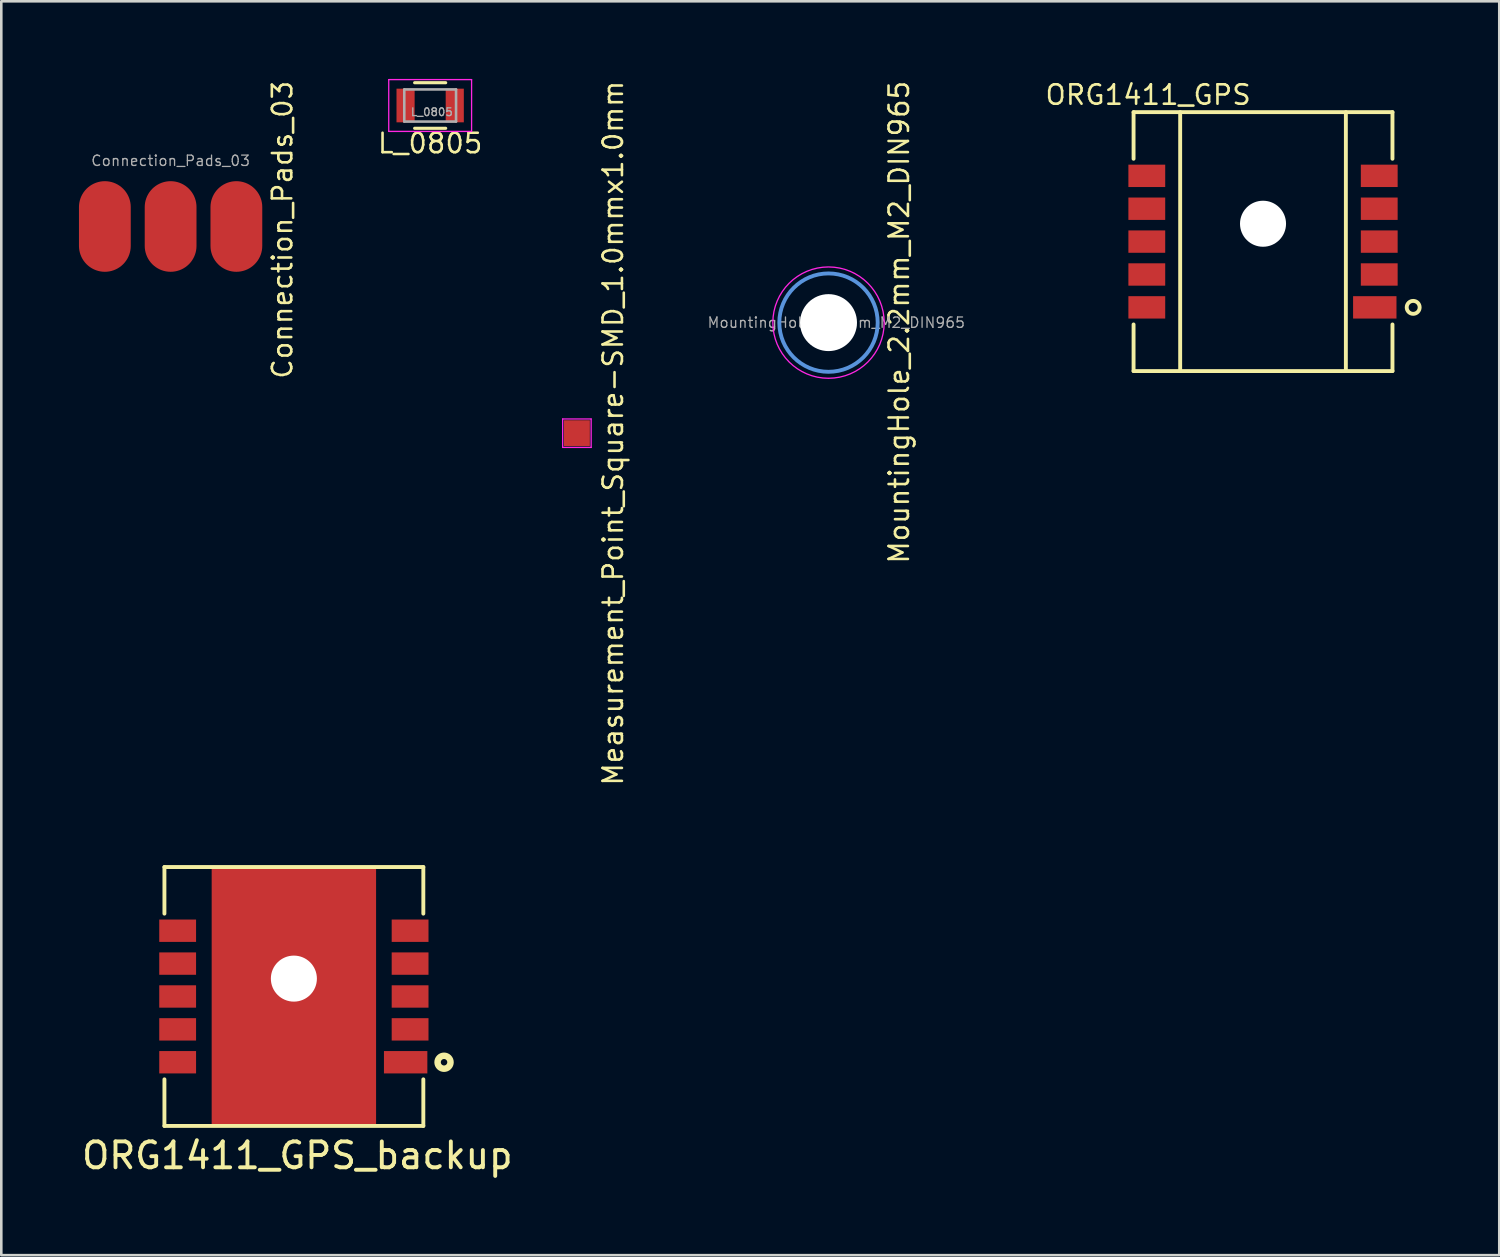
<source format=kicad_pcb>
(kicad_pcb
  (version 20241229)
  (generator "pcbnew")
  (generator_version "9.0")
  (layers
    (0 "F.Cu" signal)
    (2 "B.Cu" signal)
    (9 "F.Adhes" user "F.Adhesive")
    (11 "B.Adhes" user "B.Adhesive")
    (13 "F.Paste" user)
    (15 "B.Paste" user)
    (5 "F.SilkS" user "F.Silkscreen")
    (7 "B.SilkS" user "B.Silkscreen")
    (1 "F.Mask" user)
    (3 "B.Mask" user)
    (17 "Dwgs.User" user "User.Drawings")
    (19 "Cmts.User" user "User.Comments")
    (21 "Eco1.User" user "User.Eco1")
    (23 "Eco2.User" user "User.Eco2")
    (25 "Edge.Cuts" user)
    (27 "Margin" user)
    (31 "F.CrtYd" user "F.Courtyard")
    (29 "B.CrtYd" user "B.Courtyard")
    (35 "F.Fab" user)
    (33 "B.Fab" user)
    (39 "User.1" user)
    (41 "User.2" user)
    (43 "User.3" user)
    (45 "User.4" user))
  (footprint "L_0805"
    (layer "F.Cu")
    (at 13.565 1.025)
    (property "Reference" "L_0805" (at 0 1.46 0) (layer "F.SilkS") (effects (font (size 0.75 0.75) (thickness 0.1))))
    (attr smd)
    (fp_line (start -0.6 -0.88) (end 0.6 -0.88) (stroke (width 0.12) (type solid)) (layer "F.SilkS"))
    (fp_line (start 0.6 0.88) (end -0.6 0.88) (stroke (width 0.12) (type solid)) (layer "F.SilkS"))
    (fp_line (start -1.6 -1) (end -1.6 1) (stroke (width 0.05) (type solid)) (layer "F.CrtYd"))
    (fp_line (start -1.6 -1) (end 1.6 -1) (stroke (width 0.05) (type solid)) (layer "F.CrtYd"))
    (fp_line (start -1.6 1) (end 1.6 1) (stroke (width 0.05) (type solid)) (layer "F.CrtYd"))
    (fp_line (start 1.6 -1) (end 1.6 1) (stroke (width 0.05) (type solid)) (layer "F.CrtYd"))
    (fp_line (start -1 -0.62) (end 1 -0.62) (stroke (width 0.1) (type solid)) (layer "F.Fab"))
    (fp_line (start -1 0.62) (end -1 -0.62) (stroke (width 0.1) (type solid)) (layer "F.Fab"))
    (fp_line (start 1 -0.62) (end 1 0.62) (stroke (width 0.1) (type solid)) (layer "F.Fab"))
    (fp_line (start 1 0.62) (end -1 0.62) (stroke (width 0.1) (type solid)) (layer "F.Fab"))
    (fp_text user "${REFERENCE}" (at 0.064 0.254 0) (layer "F.Fab") (effects (font (size 0.3 0.3) (thickness 0.05))))
    (pad "1" smd rect (at -0.95 0) (size 0.7 1.3) (layers "F.Cu" "F.Mask" "F.Paste"))
    (pad "2" smd rect (at 0.95 0) (size 0.7 1.3) (layers "F.Cu" "F.Mask" "F.Paste")))
  (footprint "MountingHole_2.2mm_M2_DIN965"
    (layer "F.Cu")
    (at 28.951 9.411)
    (property "Reference" "MountingHole_2.2mm_M2_DIN965" (at 2.726 -0.015 90) (layer "F.SilkS") (effects (font (size 0.75 0.75) (thickness 0.1))))
    (attr exclude_from_pos_files exclude_from_bom)
    (fp_circle (center 0 0) (end 1.9 0) (stroke (width 0.15) (type solid)) (fill no) (layer "Cmts.User"))
    (fp_circle (center 0 0) (end 2.15 0) (stroke (width 0.05) (type solid)) (fill no) (layer "F.CrtYd"))
    (fp_text user "${REFERENCE}" (at 0.3 0 0) (layer "F.Fab") (effects (font (size 0.4 0.4) (thickness 0.05))))
    (pad "" np_thru_hole circle (at 0 0) (size 2.2 2.2) (drill 2.2) (layers "*.Cu" "*.Mask")))
  (footprint "ORG1411_GPS_backup"
    (layer "F.Cu")
    (at 3.101 40.439)
    (property "Reference" "ORG1411_GPS_backup" (at 5.334 1.143 0) (layer "F.SilkS") (effects (font (size 1 1) (thickness 0.15))))
    (attr through_hole)
    (fp_line (start 0.2 -10) (end 0.2 -8.2) (stroke (width 0.15) (type solid)) (layer "F.SilkS"))
    (fp_line (start 0.2 -10) (end 10.2 -10) (stroke (width 0.15) (type solid)) (layer "F.SilkS"))
    (fp_line (start 0.2 -1.8) (end 0.2 0) (stroke (width 0.15) (type solid)) (layer "F.SilkS"))
    (fp_line (start 0.2 0) (end 10.2 0) (stroke (width 0.15) (type solid)) (layer "F.SilkS"))
    (fp_line (start 10.2 -10) (end 10.2 -8.2) (stroke (width 0.15) (type solid)) (layer "F.SilkS"))
    (fp_line (start 10.2 -1.8) (end 10.2 0) (stroke (width 0.15) (type solid)) (layer "F.SilkS"))
    (fp_circle (center 11 -2.46) (end 11.25 -2.46) (stroke (width 0.25) (type solid)) (fill no) (layer "F.SilkS"))
    (pad "" np_thru_hole circle (at 5.2 -5.69) (size 1.778 1.778) (drill 1.778) (layers "*.Cu" "*.Mask"))
    (pad "1" smd rect (at 9.517 -2.46) (size 1.676 0.864) (layers "F.Cu" "F.Mask" "F.Paste"))
    (pad "2" smd rect (at 9.689 -3.73) (size 1.422 0.864) (layers "F.Cu" "F.Mask" "F.Paste"))
    (pad "3" smd rect (at 9.689 -5) (size 1.422 0.864) (layers "F.Cu" "F.Mask" "F.Paste"))
    (pad "4" smd rect (at 9.689 -6.27) (size 1.422 0.864) (layers "F.Cu" "F.Mask" "F.Paste"))
    (pad "5" smd rect (at 5.2 -5) (size 6.35 10) (layers "F.Cu"))
    (pad "5" smd rect (at 9.689 -7.54) (size 1.422 0.864) (layers "F.Cu" "F.Mask" "F.Paste"))
    (pad "6" smd rect (at 0.711 -7.54) (size 1.422 0.864) (layers "F.Cu" "F.Mask" "F.Paste"))
    (pad "7" smd rect (at 0.711 -6.27) (size 1.422 0.864) (layers "F.Cu" "F.Mask" "F.Paste"))
    (pad "8" smd rect (at 0.711 -5) (size 1.422 0.864) (layers "F.Cu" "F.Mask" "F.Paste"))
    (pad "9" smd rect (at 0.711 -3.73) (size 1.422 0.864) (layers "F.Cu" "F.Mask" "F.Paste"))
    (pad "10" smd rect (at 0.711 -2.46) (size 1.422 0.864) (layers "F.Cu" "F.Mask" "F.Paste")))
  (footprint "ORG1411_GPS"
    (layer "F.Cu")
    (at 40.534 11.282)
    (property "Reference" "ORG1411_GPS" (at 0.762 -10.668 180) (layer "F.SilkS") (effects (font (size 0.75 0.75) (thickness 0.1))))
    (attr through_hole)
    (fp_line (start 0.2 -10) (end 0.2 -8.2) (stroke (width 0.15) (type solid)) (layer "F.SilkS"))
    (fp_line (start 0.2 -10) (end 10.2 -10) (stroke (width 0.15) (type solid)) (layer "F.SilkS"))
    (fp_line (start 0.2 -1.8) (end 0.2 0) (stroke (width 0.15) (type solid)) (layer "F.SilkS"))
    (fp_line (start 0.2 0) (end 10.2 0) (stroke (width 0.15) (type solid)) (layer "F.SilkS"))
    (fp_line (start 2 -10) (end 2 0) (stroke (width 0.15) (type solid)) (layer "F.SilkS"))
    (fp_line (start 8.4 -10) (end 8.4 0) (stroke (width 0.15) (type solid)) (layer "F.SilkS"))
    (fp_line (start 10.2 -10) (end 10.2 -8.2) (stroke (width 0.15) (type solid)) (layer "F.SilkS"))
    (fp_line (start 10.2 -1.8) (end 10.2 0) (stroke (width 0.15) (type solid)) (layer "F.SilkS"))
    (fp_circle (center 11 -2.46) (end 11.25 -2.46) (stroke (width 0.15) (type solid)) (fill no) (layer "F.SilkS"))
    (pad "" np_thru_hole circle (at 5.2 -5.69) (size 1.778 1.778) (drill 1.778) (layers "*.Cu" "*.Mask"))
    (pad "1" smd rect (at 9.517 -2.46) (size 1.676 0.864) (layers "F.Cu" "F.Mask" "F.Paste"))
    (pad "2" smd rect (at 9.689 -3.73) (size 1.422 0.864) (layers "F.Cu" "F.Mask" "F.Paste"))
    (pad "3" smd rect (at 9.689 -5) (size 1.422 0.864) (layers "F.Cu" "F.Mask" "F.Paste"))
    (pad "4" smd rect (at 9.689 -6.27) (size 1.422 0.864) (layers "F.Cu" "F.Mask" "F.Paste"))
    (pad "5" smd rect (at 9.689 -7.54) (size 1.422 0.864) (layers "F.Cu" "F.Mask" "F.Paste"))
    (pad "6" smd rect (at 0.711 -7.54) (size 1.422 0.864) (layers "F.Cu" "F.Mask" "F.Paste"))
    (pad "7" smd rect (at 0.711 -6.27) (size 1.422 0.864) (layers "F.Cu" "F.Mask" "F.Paste"))
    (pad "8" smd rect (at 0.711 -5) (size 1.422 0.864) (layers "F.Cu" "F.Mask" "F.Paste"))
    (pad "9" smd rect (at 0.711 -3.73) (size 1.422 0.864) (layers "F.Cu" "F.Mask" "F.Paste"))
    (pad "10" smd rect (at 0.711 -2.46) (size 1.422 0.864) (layers "F.Cu" "F.Mask" "F.Paste")))
  (footprint "Connection_Pads_03"
    (layer "F.Cu")
    (at 3.54 5.698)
    (property "Reference" "Connection_Pads_03" (at 4.318 0.127 90) (layer "F.SilkS") (effects (font (size 0.75 0.75) (thickness 0.1))))
    (attr through_hole)
    (fp_text user "${REFERENCE}" (at 0 -2.54 0) (layer "F.Fab") (effects (font (size 0.4 0.4) (thickness 0.05))))
    (pad "1" smd oval (at -2.54 0) (size 2 3.5) (layers "F.Cu" "F.Mask" "F.Paste"))
    (pad "2" smd oval (at 0 0) (size 2 3.5) (layers "F.Cu" "F.Mask" "F.Paste"))
    (pad "3" smd oval (at 2.54 0) (size 2 3.5) (layers "F.Cu" "F.Mask" "F.Paste")))
  (footprint "Measurement_Point_Square-SMD_1.0mmx1.0mm"
    (layer "F.Cu")
    (at 19.233 13.682)
    (property "Reference" "Measurement_Point_Square-SMD_1.0mmx1.0mm" (at 1.397 0 90) (layer "F.SilkS") (effects (font (size 0.75 0.75) (thickness 0.1))))
    (attr exclude_from_pos_files exclude_from_bom)
    (fp_line (start -0.55 -0.55) (end 0.55 -0.55) (stroke (width 0.05) (type solid)) (layer "F.CrtYd"))
    (fp_line (start -0.55 0.55) (end -0.55 -0.55) (stroke (width 0.05) (type solid)) (layer "F.CrtYd"))
    (fp_line (start 0.55 -0.55) (end 0.55 0.55) (stroke (width 0.05) (type solid)) (layer "F.CrtYd"))
    (fp_line (start 0.55 0.55) (end -0.55 0.55) (stroke (width 0.05) (type solid)) (layer "F.CrtYd"))
    (pad "1" smd rect (at 0 0) (size 1 1) (layers "F.Cu" "F.Mask")))
  (gr_rect
    (start -3 -3)
    (end 54.859 45.431)
    (stroke (width 0.1) (type default))
    (fill no)
    (layer "Edge.Cuts")))
</source>
